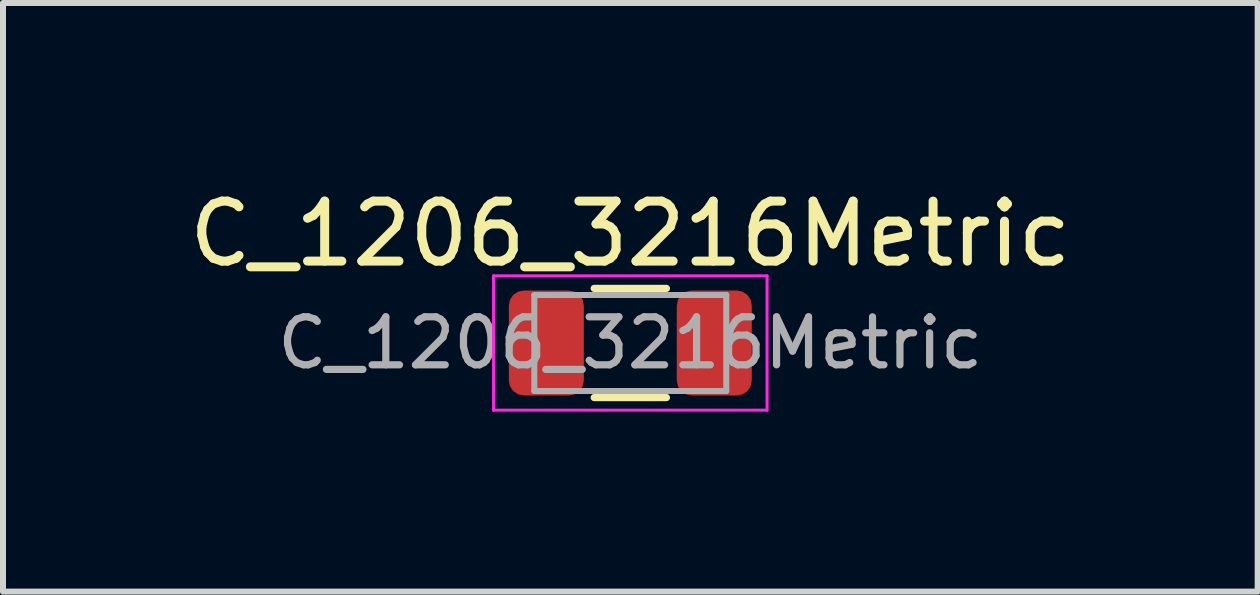
<source format=kicad_pcb>
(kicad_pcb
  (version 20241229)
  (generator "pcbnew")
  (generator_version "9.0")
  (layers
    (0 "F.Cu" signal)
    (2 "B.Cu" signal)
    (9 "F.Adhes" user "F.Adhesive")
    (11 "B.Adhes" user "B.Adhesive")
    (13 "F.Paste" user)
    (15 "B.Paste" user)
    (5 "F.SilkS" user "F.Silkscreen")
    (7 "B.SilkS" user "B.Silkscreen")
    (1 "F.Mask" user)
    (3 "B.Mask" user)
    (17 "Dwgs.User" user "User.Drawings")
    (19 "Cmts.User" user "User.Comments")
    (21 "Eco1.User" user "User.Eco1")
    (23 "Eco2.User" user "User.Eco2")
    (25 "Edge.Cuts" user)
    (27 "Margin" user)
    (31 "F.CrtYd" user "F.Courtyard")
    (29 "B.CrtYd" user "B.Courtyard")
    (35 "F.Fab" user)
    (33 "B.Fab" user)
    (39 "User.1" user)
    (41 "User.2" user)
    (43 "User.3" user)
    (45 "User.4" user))
  (footprint "C_1206_3216Metric"
    (layer "F.Cu")
    (at 7.458 2.668)
    (property "Reference" "C_1206_3216Metric" (at 0 -1.82 0) (layer "F.SilkS") (effects (font (size 1 1) (thickness 0.15))))
    (attr smd)
    (fp_line (start -0.602 -0.91) (end 0.602 -0.91) (stroke (width 0.12) (type solid)) (layer "F.SilkS"))
    (fp_line (start -0.602 0.91) (end 0.602 0.91) (stroke (width 0.12) (type solid)) (layer "F.SilkS"))
    (fp_line (start -2.28 -1.12) (end 2.28 -1.12) (stroke (width 0.05) (type solid)) (layer "F.CrtYd"))
    (fp_line (start -2.28 1.12) (end -2.28 -1.12) (stroke (width 0.05) (type solid)) (layer "F.CrtYd"))
    (fp_line (start 2.28 -1.12) (end 2.28 1.12) (stroke (width 0.05) (type solid)) (layer "F.CrtYd"))
    (fp_line (start 2.28 1.12) (end -2.28 1.12) (stroke (width 0.05) (type solid)) (layer "F.CrtYd"))
    (fp_line (start -1.6 -0.8) (end 1.6 -0.8) (stroke (width 0.1) (type solid)) (layer "F.Fab"))
    (fp_line (start -1.6 0.8) (end -1.6 -0.8) (stroke (width 0.1) (type solid)) (layer "F.Fab"))
    (fp_line (start 1.6 -0.8) (end 1.6 0.8) (stroke (width 0.1) (type solid)) (layer "F.Fab"))
    (fp_line (start 1.6 0.8) (end -1.6 0.8) (stroke (width 0.1) (type solid)) (layer "F.Fab"))
    (fp_text user "${REFERENCE}" (at 0 0 0) (layer "F.Fab") (effects (font (size 0.8 0.8) (thickness 0.12))))
    (pad "1" smd roundrect (at -1.4 0) (size 1.25 1.75) (layers "F.Cu" "F.Mask" "F.Paste") (roundrect_rratio 0.2))
    (pad "2" smd roundrect (at 1.4 0) (size 1.25 1.75) (layers "F.Cu" "F.Mask" "F.Paste") (roundrect_rratio 0.2)))
  (gr_rect
    (start -3 -3)
    (end 17.917 6.813)
    (stroke (width 0.1) (type default))
    (fill no)
    (layer "Edge.Cuts")))
</source>
